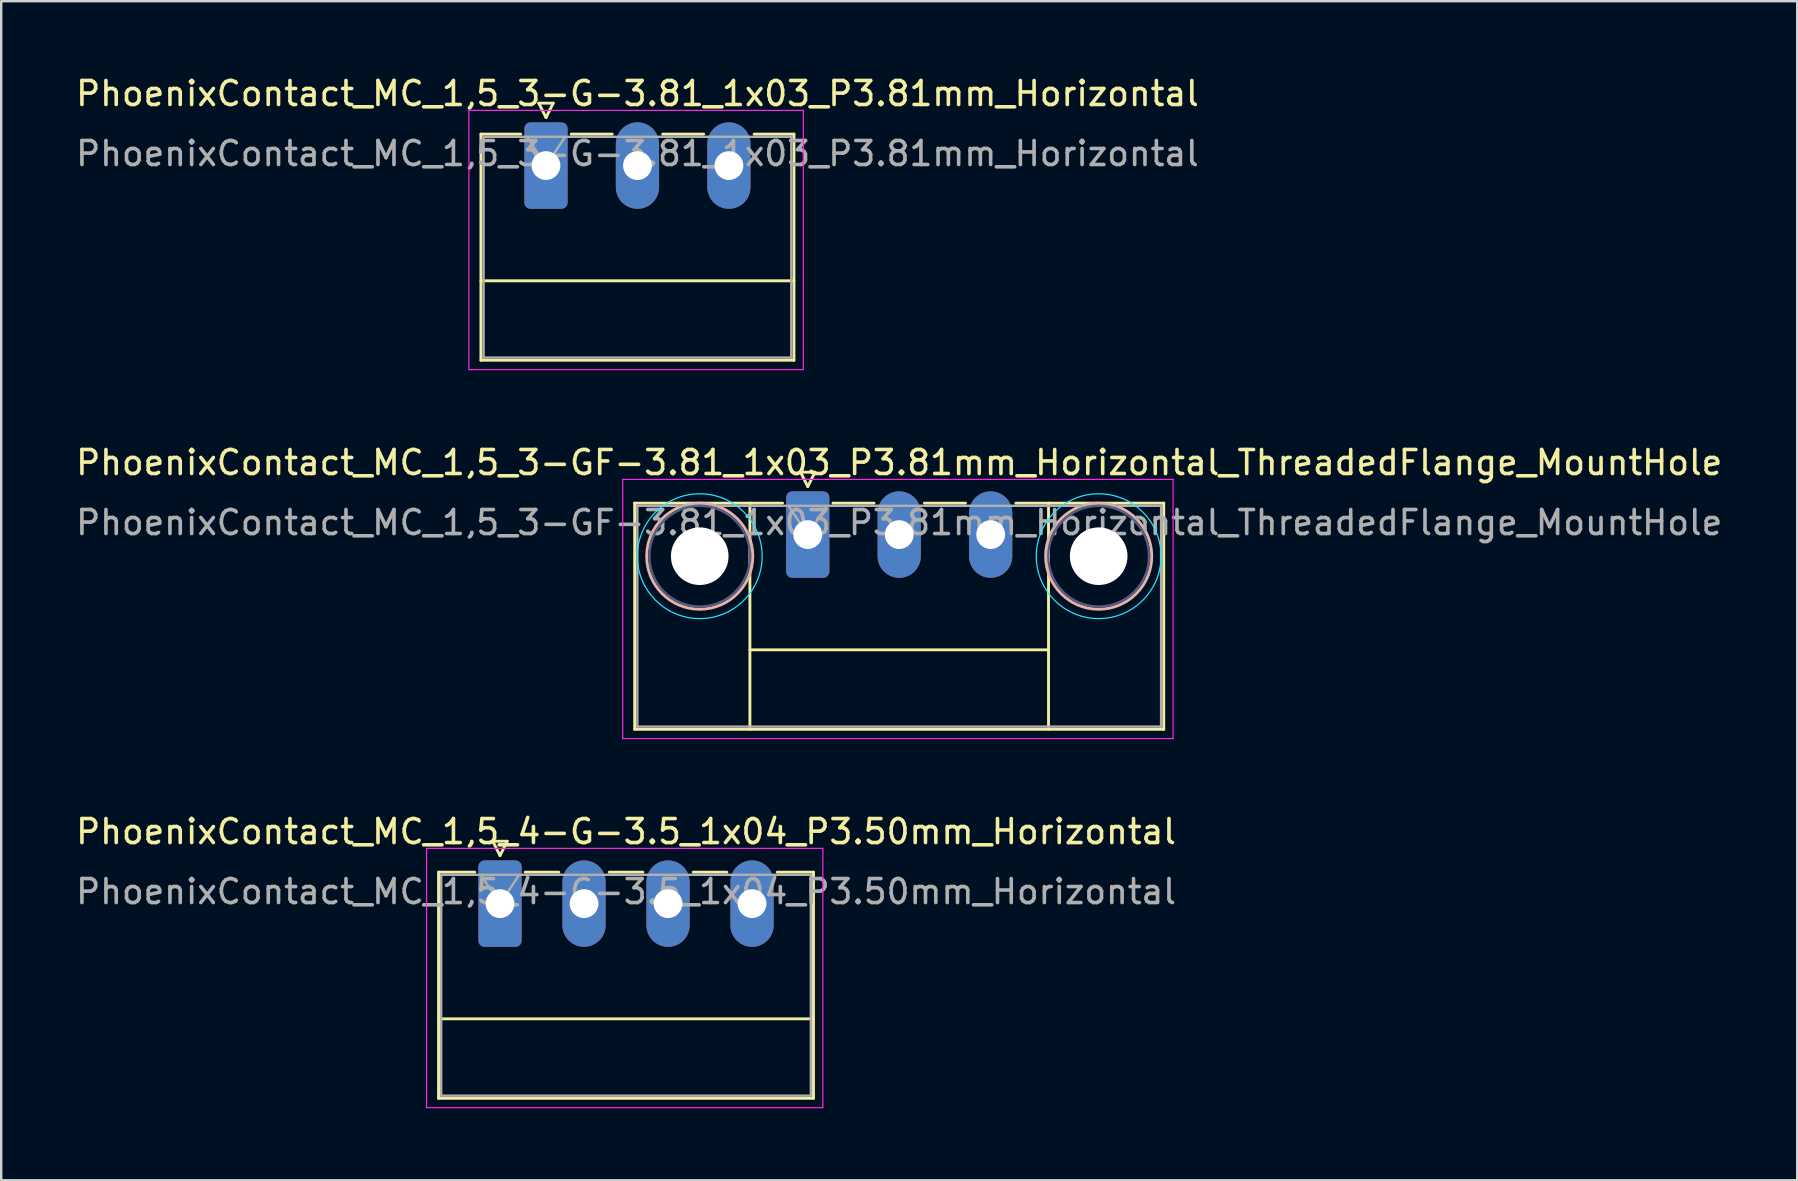
<source format=kicad_pcb>
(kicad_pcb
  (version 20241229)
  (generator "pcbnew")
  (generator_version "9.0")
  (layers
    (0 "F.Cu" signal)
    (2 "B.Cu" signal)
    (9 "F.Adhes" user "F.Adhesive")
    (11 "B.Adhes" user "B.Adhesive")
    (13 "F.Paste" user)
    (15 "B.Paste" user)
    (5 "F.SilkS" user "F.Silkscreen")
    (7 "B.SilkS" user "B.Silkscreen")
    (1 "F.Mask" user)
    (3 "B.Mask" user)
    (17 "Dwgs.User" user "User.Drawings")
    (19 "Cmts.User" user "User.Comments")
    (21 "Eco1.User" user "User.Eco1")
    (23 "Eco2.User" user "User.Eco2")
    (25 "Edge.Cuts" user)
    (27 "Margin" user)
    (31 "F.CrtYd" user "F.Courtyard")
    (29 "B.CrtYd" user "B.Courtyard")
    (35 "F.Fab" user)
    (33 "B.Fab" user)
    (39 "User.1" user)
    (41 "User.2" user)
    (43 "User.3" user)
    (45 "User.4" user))
  (footprint "PhoenixContact_MC_1,5_3-GF-3.81_1x03_P3.81mm_Horizontal_ThreadedFlange_MountHole"
    (layer "F.Cu")
    (at 30.601 19.221)
    (property "Reference" "PhoenixContact_MC_1,5_3-GF-3.81_1x03_P3.81mm_Horizontal_ThreadedFlange_MountHole" (at 3.81 -3 0) (layer "F.SilkS") (effects (font (size 1 1) (thickness 0.15))))
    (attr through_hole)
    (fp_line (start -7.21 -1.31) (end -7.21 8.11) (stroke (width 0.12) (type solid)) (layer "F.SilkS"))
    (fp_line (start -7.21 -1.31) (end -1.05 -1.31) (stroke (width 0.12) (type solid)) (layer "F.SilkS"))
    (fp_line (start -7.21 8.11) (end 14.83 8.11) (stroke (width 0.12) (type solid)) (layer "F.SilkS"))
    (fp_line (start -2.41 -1.31) (end -2.41 8.11) (stroke (width 0.12) (type solid)) (layer "F.SilkS"))
    (fp_line (start -2.41 4.8) (end 10.03 4.8) (stroke (width 0.12) (type solid)) (layer "F.SilkS"))
    (fp_line (start -0.3 -2.6) (end 0.3 -2.6) (stroke (width 0.12) (type solid)) (layer "F.SilkS"))
    (fp_line (start 0 -2) (end -0.3 -2.6) (stroke (width 0.12) (type solid)) (layer "F.SilkS"))
    (fp_line (start 0.3 -2.6) (end 0 -2) (stroke (width 0.12) (type solid)) (layer "F.SilkS"))
    (fp_line (start 1.05 -1.31) (end 2.76 -1.31) (stroke (width 0.12) (type solid)) (layer "F.SilkS"))
    (fp_line (start 4.86 -1.31) (end 6.57 -1.31) (stroke (width 0.12) (type solid)) (layer "F.SilkS"))
    (fp_line (start 10.03 -1.31) (end 10.03 8.11) (stroke (width 0.12) (type solid)) (layer "F.SilkS"))
    (fp_line (start 14.83 -1.31) (end 8.67 -1.31) (stroke (width 0.12) (type solid)) (layer "F.SilkS"))
    (fp_line (start 14.83 8.11) (end 14.83 -1.31) (stroke (width 0.12) (type solid)) (layer "F.SilkS"))
    (fp_circle (center -4.5 0.9) (end -2.29 0.9) (stroke (width 0.12) (type solid)) (fill no) (layer "B.SilkS"))
    (fp_circle (center 12.12 0.9) (end 14.33 0.9) (stroke (width 0.12) (type solid)) (fill no) (layer "B.SilkS"))
    (fp_circle (center -4.5 0.9) (end -1.9 0.9) (stroke (width 0.05) (type solid)) (fill no) (layer "B.CrtYd"))
    (fp_circle (center 12.12 0.9) (end 14.72 0.9) (stroke (width 0.05) (type solid)) (fill no) (layer "B.CrtYd"))
    (fp_line (start -7.71 -2.3) (end -7.71 8.5) (stroke (width 0.05) (type solid)) (layer "F.CrtYd"))
    (fp_line (start -7.71 8.5) (end 15.22 8.5) (stroke (width 0.05) (type solid)) (layer "F.CrtYd"))
    (fp_line (start 15.22 -2.3) (end -7.71 -2.3) (stroke (width 0.05) (type solid)) (layer "F.CrtYd"))
    (fp_line (start 15.22 8.5) (end 15.22 -2.3) (stroke (width 0.05) (type solid)) (layer "F.CrtYd"))
    (fp_circle (center -4.5 0.9) (end -2.4 0.9) (stroke (width 0.1) (type solid)) (fill no) (layer "B.Fab"))
    (fp_circle (center 12.12 0.9) (end 14.22 0.9) (stroke (width 0.1) (type solid)) (fill no) (layer "B.Fab"))
    (fp_line (start -7.1 -1.2) (end -7.1 8) (stroke (width 0.1) (type solid)) (layer "F.Fab"))
    (fp_line (start -7.1 8) (end 14.72 8) (stroke (width 0.1) (type solid)) (layer "F.Fab"))
    (fp_line (start 0 0) (end -0.8 -1.2) (stroke (width 0.1) (type solid)) (layer "F.Fab"))
    (fp_line (start 0.8 -1.2) (end 0 0) (stroke (width 0.1) (type solid)) (layer "F.Fab"))
    (fp_line (start 14.72 -1.2) (end -7.1 -1.2) (stroke (width 0.1) (type solid)) (layer "F.Fab"))
    (fp_line (start 14.72 8) (end 14.72 -1.2) (stroke (width 0.1) (type solid)) (layer "F.Fab"))
    (fp_text user "${REFERENCE}" (at 3.81 -0.5 0) (layer "F.Fab") (effects (font (size 1 1) (thickness 0.15))))
    (pad "" np_thru_hole circle (at -4.5 0.9) (size 2.4 2.4) (drill 2.4) (layers "*.Cu" "*.Mask"))
    (pad "" np_thru_hole circle (at 12.12 0.9) (size 2.4 2.4) (drill 2.4) (layers "*.Cu" "*.Mask"))
    (pad "1" thru_hole roundrect (at 0 0) (size 1.8 3.6) (drill 1.2) (layers "*.Cu" "*.Mask") (roundrect_rratio 0.139))
    (pad "2" thru_hole oval (at 3.81 0) (size 1.8 3.6) (drill 1.2) (layers "*.Cu" "*.Mask"))
    (pad "3" thru_hole oval (at 7.62 0) (size 1.8 3.6) (drill 1.2) (layers "*.Cu" "*.Mask")))
  (footprint "PhoenixContact_MC_1,5_3-G-3.81_1x03_P3.81mm_Horizontal"
    (layer "F.Cu")
    (at 19.696 3.848)
    (property "Reference" "PhoenixContact_MC_1,5_3-G-3.81_1x03_P3.81mm_Horizontal" (at 3.81 -3 0) (layer "F.SilkS") (effects (font (size 1 1) (thickness 0.15))))
    (attr through_hole)
    (fp_line (start -2.71 -1.31) (end -2.71 8.11) (stroke (width 0.12) (type solid)) (layer "F.SilkS"))
    (fp_line (start -2.71 -1.31) (end -1.05 -1.31) (stroke (width 0.12) (type solid)) (layer "F.SilkS"))
    (fp_line (start -2.71 4.8) (end 10.33 4.8) (stroke (width 0.12) (type solid)) (layer "F.SilkS"))
    (fp_line (start -2.71 8.11) (end 10.33 8.11) (stroke (width 0.12) (type solid)) (layer "F.SilkS"))
    (fp_line (start -0.3 -2.6) (end 0.3 -2.6) (stroke (width 0.12) (type solid)) (layer "F.SilkS"))
    (fp_line (start 0 -2) (end -0.3 -2.6) (stroke (width 0.12) (type solid)) (layer "F.SilkS"))
    (fp_line (start 0.3 -2.6) (end 0 -2) (stroke (width 0.12) (type solid)) (layer "F.SilkS"))
    (fp_line (start 1.05 -1.31) (end 2.76 -1.31) (stroke (width 0.12) (type solid)) (layer "F.SilkS"))
    (fp_line (start 4.86 -1.31) (end 6.57 -1.31) (stroke (width 0.12) (type solid)) (layer "F.SilkS"))
    (fp_line (start 10.33 -1.31) (end 8.67 -1.31) (stroke (width 0.12) (type solid)) (layer "F.SilkS"))
    (fp_line (start 10.33 8.11) (end 10.33 -1.31) (stroke (width 0.12) (type solid)) (layer "F.SilkS"))
    (fp_line (start -3.21 -2.3) (end -3.21 8.5) (stroke (width 0.05) (type solid)) (layer "F.CrtYd"))
    (fp_line (start -3.21 8.5) (end 10.72 8.5) (stroke (width 0.05) (type solid)) (layer "F.CrtYd"))
    (fp_line (start 10.72 -2.3) (end -3.21 -2.3) (stroke (width 0.05) (type solid)) (layer "F.CrtYd"))
    (fp_line (start 10.72 8.5) (end 10.72 -2.3) (stroke (width 0.05) (type solid)) (layer "F.CrtYd"))
    (fp_line (start -2.6 -1.2) (end -2.6 8) (stroke (width 0.1) (type solid)) (layer "F.Fab"))
    (fp_line (start -2.6 8) (end 10.22 8) (stroke (width 0.1) (type solid)) (layer "F.Fab"))
    (fp_line (start 0 0) (end -0.8 -1.2) (stroke (width 0.1) (type solid)) (layer "F.Fab"))
    (fp_line (start 0.8 -1.2) (end 0 0) (stroke (width 0.1) (type solid)) (layer "F.Fab"))
    (fp_line (start 10.22 -1.2) (end -2.6 -1.2) (stroke (width 0.1) (type solid)) (layer "F.Fab"))
    (fp_line (start 10.22 8) (end 10.22 -1.2) (stroke (width 0.1) (type solid)) (layer "F.Fab"))
    (fp_text user "${REFERENCE}" (at 3.81 -0.5 0) (layer "F.Fab") (effects (font (size 1 1) (thickness 0.15))))
    (pad "1" thru_hole roundrect (at 0 0) (size 1.8 3.6) (drill 1.2) (layers "*.Cu" "*.Mask") (roundrect_rratio 0.139))
    (pad "2" thru_hole oval (at 3.81 0) (size 1.8 3.6) (drill 1.2) (layers "*.Cu" "*.Mask"))
    (pad "3" thru_hole oval (at 7.62 0) (size 1.8 3.6) (drill 1.2) (layers "*.Cu" "*.Mask")))
  (footprint "PhoenixContact_MC_1,5_4-G-3.5_1x04_P3.50mm_Horizontal"
    (layer "F.Cu")
    (at 17.78 34.595)
    (property "Reference" "PhoenixContact_MC_1,5_4-G-3.5_1x04_P3.50mm_Horizontal" (at 5.25 -3 0) (layer "F.SilkS") (effects (font (size 1 1) (thickness 0.15))))
    (attr through_hole)
    (fp_line (start -2.56 -1.31) (end -2.56 8.11) (stroke (width 0.12) (type solid)) (layer "F.SilkS"))
    (fp_line (start -2.56 -1.31) (end -1.05 -1.31) (stroke (width 0.12) (type solid)) (layer "F.SilkS"))
    (fp_line (start -2.56 4.8) (end 13.06 4.8) (stroke (width 0.12) (type solid)) (layer "F.SilkS"))
    (fp_line (start -2.56 8.11) (end 13.06 8.11) (stroke (width 0.12) (type solid)) (layer "F.SilkS"))
    (fp_line (start -0.3 -2.6) (end 0.3 -2.6) (stroke (width 0.12) (type solid)) (layer "F.SilkS"))
    (fp_line (start 0 -2) (end -0.3 -2.6) (stroke (width 0.12) (type solid)) (layer "F.SilkS"))
    (fp_line (start 0.3 -2.6) (end 0 -2) (stroke (width 0.12) (type solid)) (layer "F.SilkS"))
    (fp_line (start 1.05 -1.31) (end 2.45 -1.31) (stroke (width 0.12) (type solid)) (layer "F.SilkS"))
    (fp_line (start 4.55 -1.31) (end 5.95 -1.31) (stroke (width 0.12) (type solid)) (layer "F.SilkS"))
    (fp_line (start 8.05 -1.31) (end 9.45 -1.31) (stroke (width 0.12) (type solid)) (layer "F.SilkS"))
    (fp_line (start 13.06 -1.31) (end 11.55 -1.31) (stroke (width 0.12) (type solid)) (layer "F.SilkS"))
    (fp_line (start 13.06 8.11) (end 13.06 -1.31) (stroke (width 0.12) (type solid)) (layer "F.SilkS"))
    (fp_line (start -3.06 -2.3) (end -3.06 8.5) (stroke (width 0.05) (type solid)) (layer "F.CrtYd"))
    (fp_line (start -3.06 8.5) (end 13.45 8.5) (stroke (width 0.05) (type solid)) (layer "F.CrtYd"))
    (fp_line (start 13.45 -2.3) (end -3.06 -2.3) (stroke (width 0.05) (type solid)) (layer "F.CrtYd"))
    (fp_line (start 13.45 8.5) (end 13.45 -2.3) (stroke (width 0.05) (type solid)) (layer "F.CrtYd"))
    (fp_line (start -2.45 -1.2) (end -2.45 8) (stroke (width 0.1) (type solid)) (layer "F.Fab"))
    (fp_line (start -2.45 8) (end 12.95 8) (stroke (width 0.1) (type solid)) (layer "F.Fab"))
    (fp_line (start 0 0) (end -0.8 -1.2) (stroke (width 0.1) (type solid)) (layer "F.Fab"))
    (fp_line (start 0.8 -1.2) (end 0 0) (stroke (width 0.1) (type solid)) (layer "F.Fab"))
    (fp_line (start 12.95 -1.2) (end -2.45 -1.2) (stroke (width 0.1) (type solid)) (layer "F.Fab"))
    (fp_line (start 12.95 8) (end 12.95 -1.2) (stroke (width 0.1) (type solid)) (layer "F.Fab"))
    (fp_text user "${REFERENCE}" (at 5.25 -0.5 0) (layer "F.Fab") (effects (font (size 1 1) (thickness 0.15))))
    (pad "1" thru_hole roundrect (at 0 0) (size 1.8 3.6) (drill 1.2) (layers "*.Cu" "*.Mask") (roundrect_rratio 0.139))
    (pad "2" thru_hole oval (at 3.5 0) (size 1.8 3.6) (drill 1.2) (layers "*.Cu" "*.Mask"))
    (pad "3" thru_hole oval (at 7 0) (size 1.8 3.6) (drill 1.2) (layers "*.Cu" "*.Mask"))
    (pad "4" thru_hole oval (at 10.5 0) (size 1.8 3.6) (drill 1.2) (layers "*.Cu" "*.Mask")))
  (gr_rect
    (start -3 -3)
    (end 71.821 46.12)
    (stroke (width 0.1) (type default))
    (fill no)
    (layer "Edge.Cuts")))
</source>
